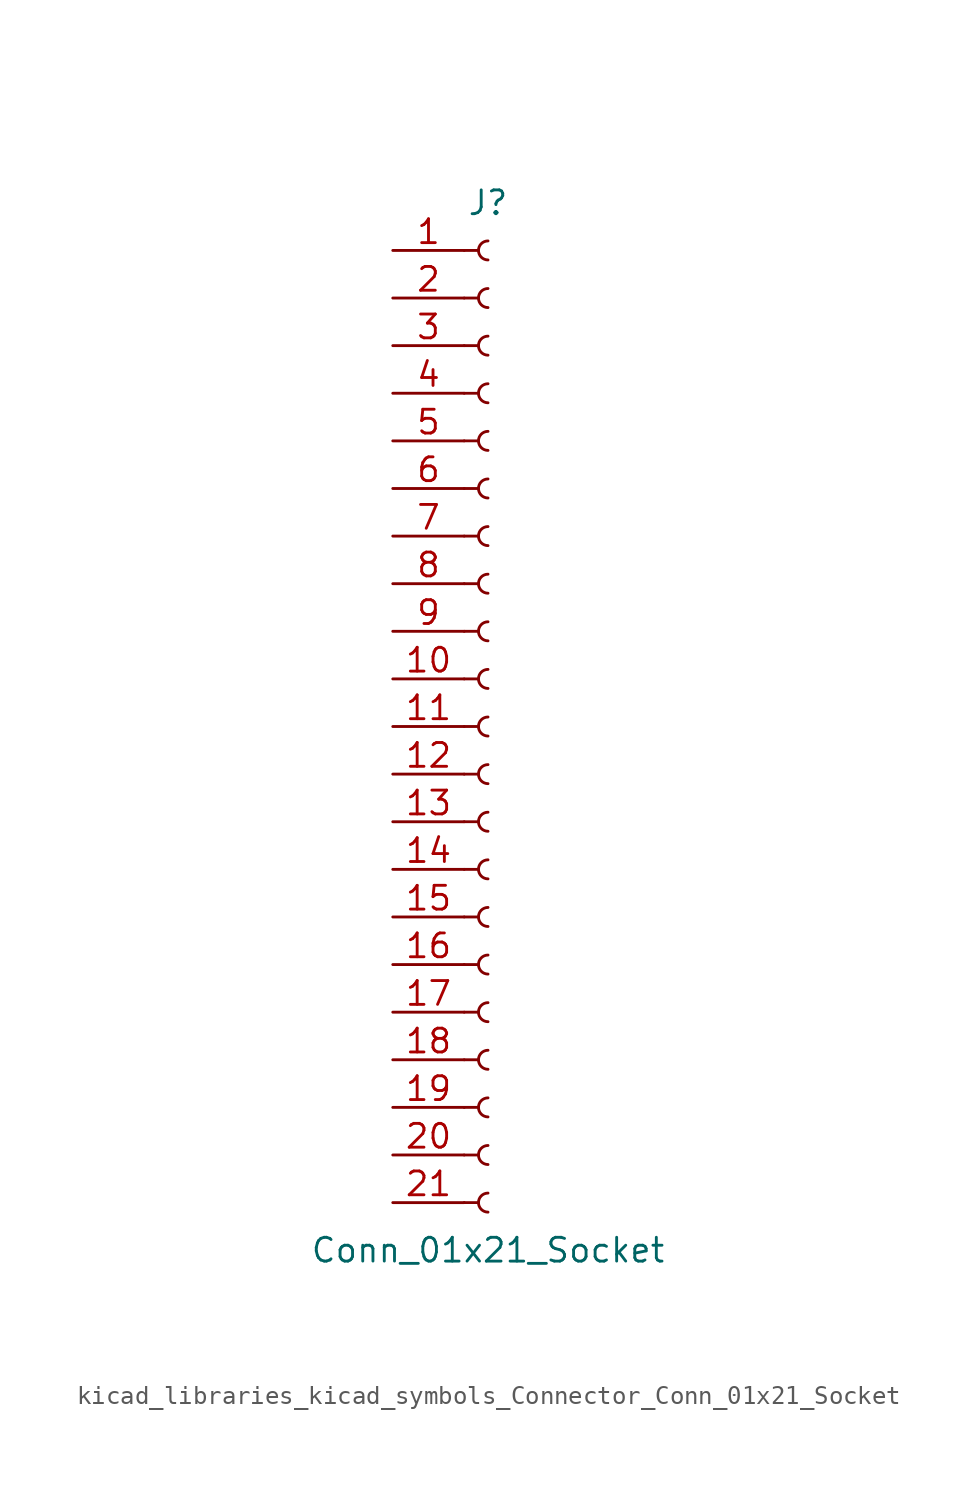
<source format=kicad_sym>
(kicad_symbol_lib
  (version 20220914)
  (generator kicad_symbol_editor)
  (symbol "kicad_libraries_kicad_symbols_Connector_Conn_01x21_Socket"
    (pin_names
      (offset 1.016) hide)
    (property "Reference" "J"
      (at 0 27.94 0)
      (effects (font (size 1.27 1.27))))
    (property "Value" "Conn_01x21_Socket"
      (at 0 -27.94 0)
      (effects (font (size 1.27 1.27))))
    (property "ki_locked" ""
      (at 0 0 0)
      (effects (font (size 1.27 1.27))))
    (symbol "kicad_libraries_kicad_symbols_Connector_Conn_01x21_Socket_1_1"
      (arc (start 0 -24.892) (mid -0.5058 -25.4) (end 0 -25.908) (stroke (width 0.1524) (type default)) (fill (type none)))
      (arc (start 0 -22.352) (mid -0.5058 -22.86) (end 0 -23.368) (stroke (width 0.1524) (type default)) (fill (type none)))
      (arc (start 0 -19.812) (mid -0.5058 -20.32) (end 0 -20.828) (stroke (width 0.1524) (type default)) (fill (type none)))
      (arc (start 0 -17.272) (mid -0.5058 -17.78) (end 0 -18.288) (stroke (width 0.1524) (type default)) (fill (type none)))
      (arc (start 0 -14.732) (mid -0.5058 -15.24) (end 0 -15.748) (stroke (width 0.1524) (type default)) (fill (type none)))
      (arc (start 0 -12.192) (mid -0.5058 -12.7) (end 0 -13.208) (stroke (width 0.1524) (type default)) (fill (type none)))
      (arc (start 0 -9.652) (mid -0.5058 -10.16) (end 0 -10.668) (stroke (width 0.1524) (type default)) (fill (type none)))
      (arc (start 0 -7.112) (mid -0.5058 -7.62) (end 0 -8.128) (stroke (width 0.1524) (type default)) (fill (type none)))
      (arc (start 0 -4.572) (mid -0.5058 -5.08) (end 0 -5.588) (stroke (width 0.1524) (type default)) (fill (type none)))
      (arc (start 0 -2.032) (mid -0.5058 -2.54) (end 0 -3.048) (stroke (width 0.1524) (type default)) (fill (type none)))
      (polyline (pts (xy -1.27 -25.4) (xy -0.508 -25.4)) (stroke (width 0.152) (type default)) (fill (type none)))
      (polyline (pts (xy -1.27 -22.86) (xy -0.508 -22.86)) (stroke (width 0.152) (type default)) (fill (type none)))
      (polyline (pts (xy -1.27 -20.32) (xy -0.508 -20.32)) (stroke (width 0.152) (type default)) (fill (type none)))
      (polyline (pts (xy -1.27 -17.78) (xy -0.508 -17.78)) (stroke (width 0.152) (type default)) (fill (type none)))
      (polyline (pts (xy -1.27 -15.24) (xy -0.508 -15.24)) (stroke (width 0.152) (type default)) (fill (type none)))
      (polyline (pts (xy -1.27 -12.7) (xy -0.508 -12.7)) (stroke (width 0.152) (type default)) (fill (type none)))
      (polyline (pts (xy -1.27 -10.16) (xy -0.508 -10.16)) (stroke (width 0.152) (type default)) (fill (type none)))
      (polyline (pts (xy -1.27 -7.62) (xy -0.508 -7.62)) (stroke (width 0.152) (type default)) (fill (type none)))
      (polyline (pts (xy -1.27 -5.08) (xy -0.508 -5.08)) (stroke (width 0.152) (type default)) (fill (type none)))
      (polyline (pts (xy -1.27 -2.54) (xy -0.508 -2.54)) (stroke (width 0.152) (type default)) (fill (type none)))
      (polyline (pts (xy -1.27 0) (xy -0.508 0)) (stroke (width 0.152) (type default)) (fill (type none)))
      (polyline (pts (xy -1.27 2.54) (xy -0.508 2.54)) (stroke (width 0.152) (type default)) (fill (type none)))
      (polyline (pts (xy -1.27 5.08) (xy -0.508 5.08)) (stroke (width 0.152) (type default)) (fill (type none)))
      (polyline (pts (xy -1.27 7.62) (xy -0.508 7.62)) (stroke (width 0.152) (type default)) (fill (type none)))
      (polyline (pts (xy -1.27 10.16) (xy -0.508 10.16)) (stroke (width 0.152) (type default)) (fill (type none)))
      (polyline (pts (xy -1.27 12.7) (xy -0.508 12.7)) (stroke (width 0.152) (type default)) (fill (type none)))
      (polyline (pts (xy -1.27 15.24) (xy -0.508 15.24)) (stroke (width 0.152) (type default)) (fill (type none)))
      (polyline (pts (xy -1.27 17.78) (xy -0.508 17.78)) (stroke (width 0.152) (type default)) (fill (type none)))
      (polyline (pts (xy -1.27 20.32) (xy -0.508 20.32)) (stroke (width 0.152) (type default)) (fill (type none)))
      (polyline (pts (xy -1.27 22.86) (xy -0.508 22.86)) (stroke (width 0.152) (type default)) (fill (type none)))
      (polyline (pts (xy -1.27 25.4) (xy -0.508 25.4)) (stroke (width 0.152) (type default)) (fill (type none)))
      (arc (start 0 0.508) (mid -0.5058 0) (end 0 -0.508) (stroke (width 0.1524) (type default)) (fill (type none)))
      (arc (start 0 3.048) (mid -0.5058 2.54) (end 0 2.032) (stroke (width 0.1524) (type default)) (fill (type none)))
      (arc (start 0 5.588) (mid -0.5058 5.08) (end 0 4.572) (stroke (width 0.1524) (type default)) (fill (type none)))
      (arc (start 0 8.128) (mid -0.5058 7.62) (end 0 7.112) (stroke (width 0.1524) (type default)) (fill (type none)))
      (arc (start 0 10.668) (mid -0.5058 10.16) (end 0 9.652) (stroke (width 0.1524) (type default)) (fill (type none)))
      (arc (start 0 13.208) (mid -0.5058 12.7) (end 0 12.192) (stroke (width 0.1524) (type default)) (fill (type none)))
      (arc (start 0 15.748) (mid -0.5058 15.24) (end 0 14.732) (stroke (width 0.1524) (type default)) (fill (type none)))
      (arc (start 0 18.288) (mid -0.5058 17.78) (end 0 17.272) (stroke (width 0.1524) (type default)) (fill (type none)))
      (arc (start 0 20.828) (mid -0.5058 20.32) (end 0 19.812) (stroke (width 0.1524) (type default)) (fill (type none)))
      (arc (start 0 23.368) (mid -0.5058 22.86) (end 0 22.352) (stroke (width 0.1524) (type default)) (fill (type none)))
      (arc (start 0 25.908) (mid -0.5058 25.4) (end 0 24.892) (stroke (width 0.1524) (type default)) (fill (type none)))
      (pin passive line (at -5.08 25.4 0) (length 3.81) (name "Pin_1" (effects (font (size 1.27 1.27)))) (number "1" (effects (font (size 1.27 1.27)))))
      (pin passive line (at -5.08 2.54 0) (length 3.81) (name "Pin_10" (effects (font (size 1.27 1.27)))) (number "10" (effects (font (size 1.27 1.27)))))
      (pin passive line (at -5.08 0 0) (length 3.81) (name "Pin_11" (effects (font (size 1.27 1.27)))) (number "11" (effects (font (size 1.27 1.27)))))
      (pin passive line (at -5.08 -2.54 0) (length 3.81) (name "Pin_12" (effects (font (size 1.27 1.27)))) (number "12" (effects (font (size 1.27 1.27)))))
      (pin passive line (at -5.08 -5.08 0) (length 3.81) (name "Pin_13" (effects (font (size 1.27 1.27)))) (number "13" (effects (font (size 1.27 1.27)))))
      (pin passive line (at -5.08 -7.62 0) (length 3.81) (name "Pin_14" (effects (font (size 1.27 1.27)))) (number "14" (effects (font (size 1.27 1.27)))))
      (pin passive line (at -5.08 -10.16 0) (length 3.81) (name "Pin_15" (effects (font (size 1.27 1.27)))) (number "15" (effects (font (size 1.27 1.27)))))
      (pin passive line (at -5.08 -12.7 0) (length 3.81) (name "Pin_16" (effects (font (size 1.27 1.27)))) (number "16" (effects (font (size 1.27 1.27)))))
      (pin passive line (at -5.08 -15.24 0) (length 3.81) (name "Pin_17" (effects (font (size 1.27 1.27)))) (number "17" (effects (font (size 1.27 1.27)))))
      (pin passive line (at -5.08 -17.78 0) (length 3.81) (name "Pin_18" (effects (font (size 1.27 1.27)))) (number "18" (effects (font (size 1.27 1.27)))))
      (pin passive line (at -5.08 -20.32 0) (length 3.81) (name "Pin_19" (effects (font (size 1.27 1.27)))) (number "19" (effects (font (size 1.27 1.27)))))
      (pin passive line (at -5.08 22.86 0) (length 3.81) (name "Pin_2" (effects (font (size 1.27 1.27)))) (number "2" (effects (font (size 1.27 1.27)))))
      (pin passive line (at -5.08 -22.86 0) (length 3.81) (name "Pin_20" (effects (font (size 1.27 1.27)))) (number "20" (effects (font (size 1.27 1.27)))))
      (pin passive line (at -5.08 -25.4 0) (length 3.81) (name "Pin_21" (effects (font (size 1.27 1.27)))) (number "21" (effects (font (size 1.27 1.27)))))
      (pin passive line (at -5.08 20.32 0) (length 3.81) (name "Pin_3" (effects (font (size 1.27 1.27)))) (number "3" (effects (font (size 1.27 1.27)))))
      (pin passive line (at -5.08 17.78 0) (length 3.81) (name "Pin_4" (effects (font (size 1.27 1.27)))) (number "4" (effects (font (size 1.27 1.27)))))
      (pin passive line (at -5.08 15.24 0) (length 3.81) (name "Pin_5" (effects (font (size 1.27 1.27)))) (number "5" (effects (font (size 1.27 1.27)))))
      (pin passive line (at -5.08 12.7 0) (length 3.81) (name "Pin_6" (effects (font (size 1.27 1.27)))) (number "6" (effects (font (size 1.27 1.27)))))
      (pin passive line (at -5.08 10.16 0) (length 3.81) (name "Pin_7" (effects (font (size 1.27 1.27)))) (number "7" (effects (font (size 1.27 1.27)))))
      (pin passive line (at -5.08 7.62 0) (length 3.81) (name "Pin_8" (effects (font (size 1.27 1.27)))) (number "8" (effects (font (size 1.27 1.27)))))
      (pin passive line (at -5.08 5.08 0) (length 3.81) (name "Pin_9" (effects (font (size 1.27 1.27)))) (number "9" (effects (font (size 1.27 1.27))))))))
</source>
